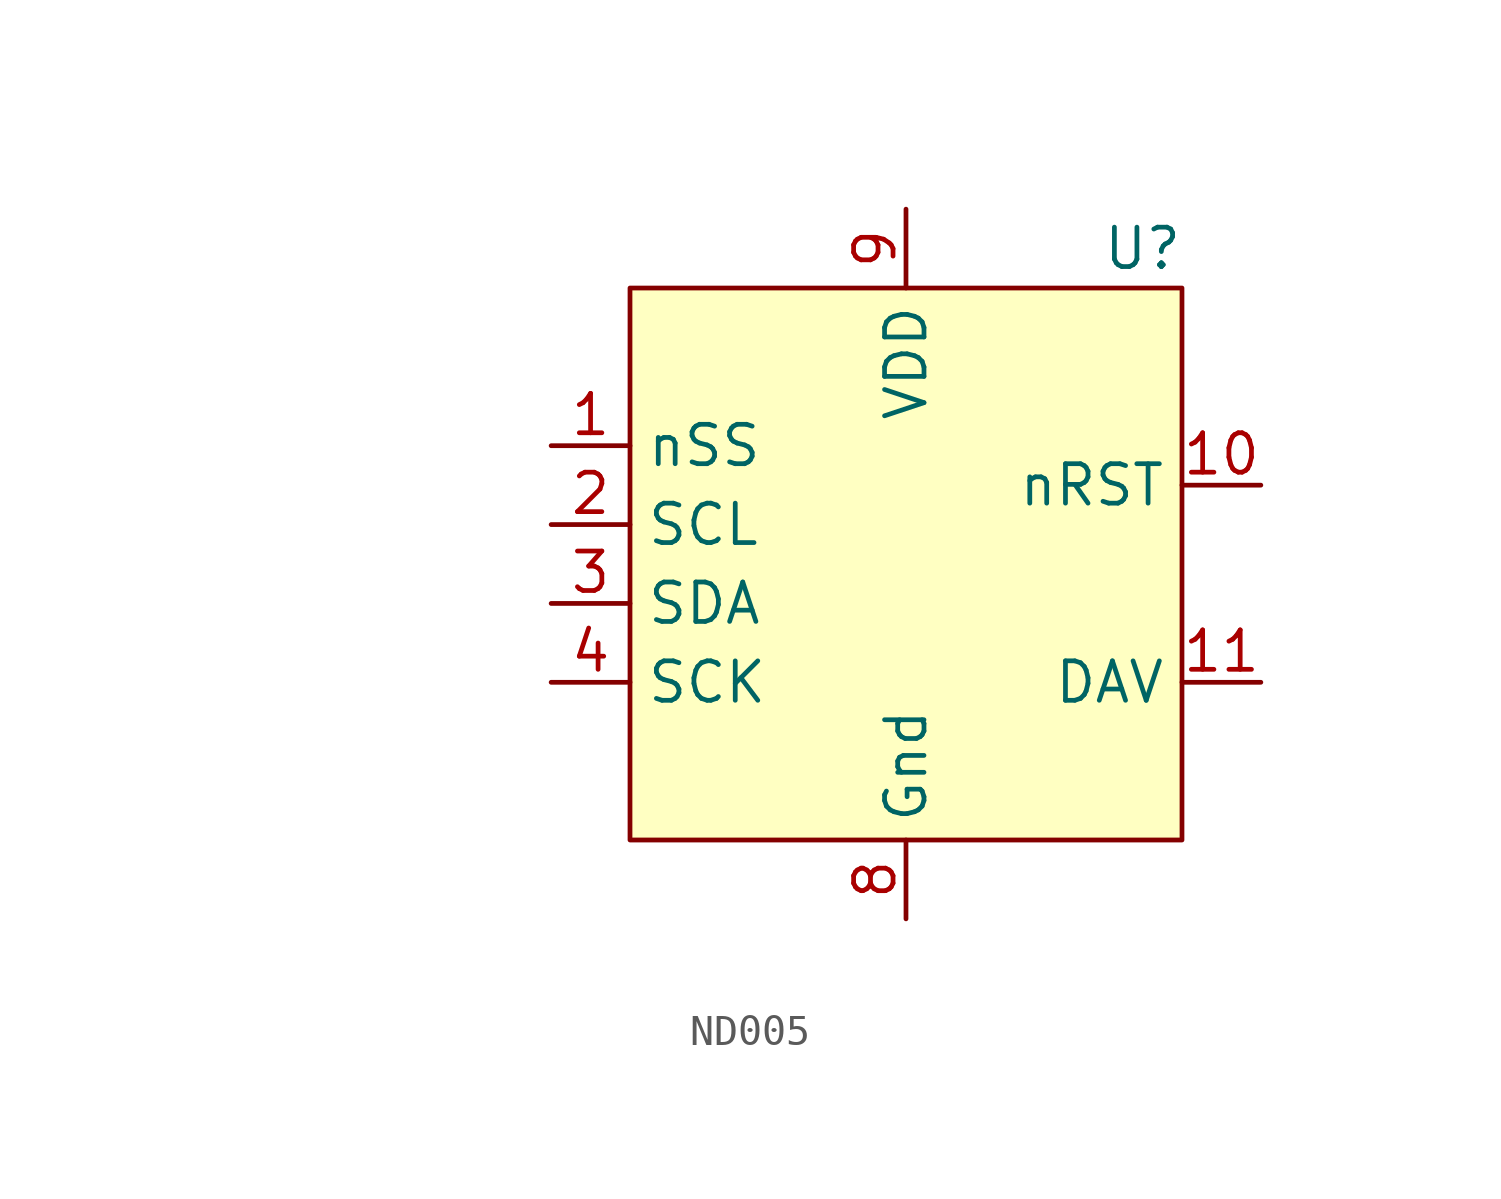
<source format=kicad_sym>
(kicad_symbol_lib
  (version 20220914)
  (generator kicad_symbol_editor)
  (symbol "ND005"
    (property "Reference" "U"
      (at 7.62 10.16 0)
      (effects (font (size 1.27 1.27))))
    (property "Value" ""
      (at -21.59 11.43 0)
      (effects (font (size 1.27 1.27))))
    (symbol "ND005_1_1"
      (rectangle (start -8.89 8.89) (end 8.89 -8.89) (stroke (width 0) (type default)) (fill (type background)))
      (pin input line (at -11.43 3.81 0) (length 2.54) (name "nSS" (effects (font (size 1.27 1.27)))) (number "1" (effects (font (size 1.27 1.27)))))
      (pin input line (at 11.43 2.54 180) (length 2.54) (name "nRST" (effects (font (size 1.27 1.27)))) (number "10" (effects (font (size 1.27 1.27)))))
      (pin output line (at 11.43 -3.81 180) (length 2.54) (name "DAV" (effects (font (size 1.27 1.27)))) (number "11" (effects (font (size 1.27 1.27)))))
      (pin input line (at -11.43 1.27 0) (length 2.54) (name "SCL" (effects (font (size 1.27 1.27)))) (number "2" (effects (font (size 1.27 1.27)))))
      (pin bidirectional line (at -11.43 -1.27 0) (length 2.54) (name "SDA" (effects (font (size 1.27 1.27)))) (number "3" (effects (font (size 1.27 1.27)))))
      (pin input line (at -11.43 -3.81 0) (length 2.54) (name "SCK" (effects (font (size 1.27 1.27)))) (number "4" (effects (font (size 1.27 1.27)))))
      (pin no_connect line (at -1.27 0 180) (length 2.54) hide (name "DNC" (effects (font (size 1.27 1.27)))) (number "5" (effects (font (size 1.27 1.27)))))
      (pin no_connect line (at -1.27 0 180) (length 2.54) hide (name "DNC" (effects (font (size 1.27 1.27)))) (number "6" (effects (font (size 1.27 1.27)))))
      (pin no_connect line (at -1.27 0 180) (length 2.54) hide (name "DNC" (effects (font (size 1.27 1.27)))) (number "7" (effects (font (size 1.27 1.27)))))
      (pin power_in line (at 0 -11.43 90) (length 2.54) (name "Gnd" (effects (font (size 1.27 1.27)))) (number "8" (effects (font (size 1.27 1.27)))))
      (pin power_in line (at 0 11.43 270) (length 2.54) (name "VDD" (effects (font (size 1.27 1.27)))) (number "9" (effects (font (size 1.27 1.27))))))))
</source>
